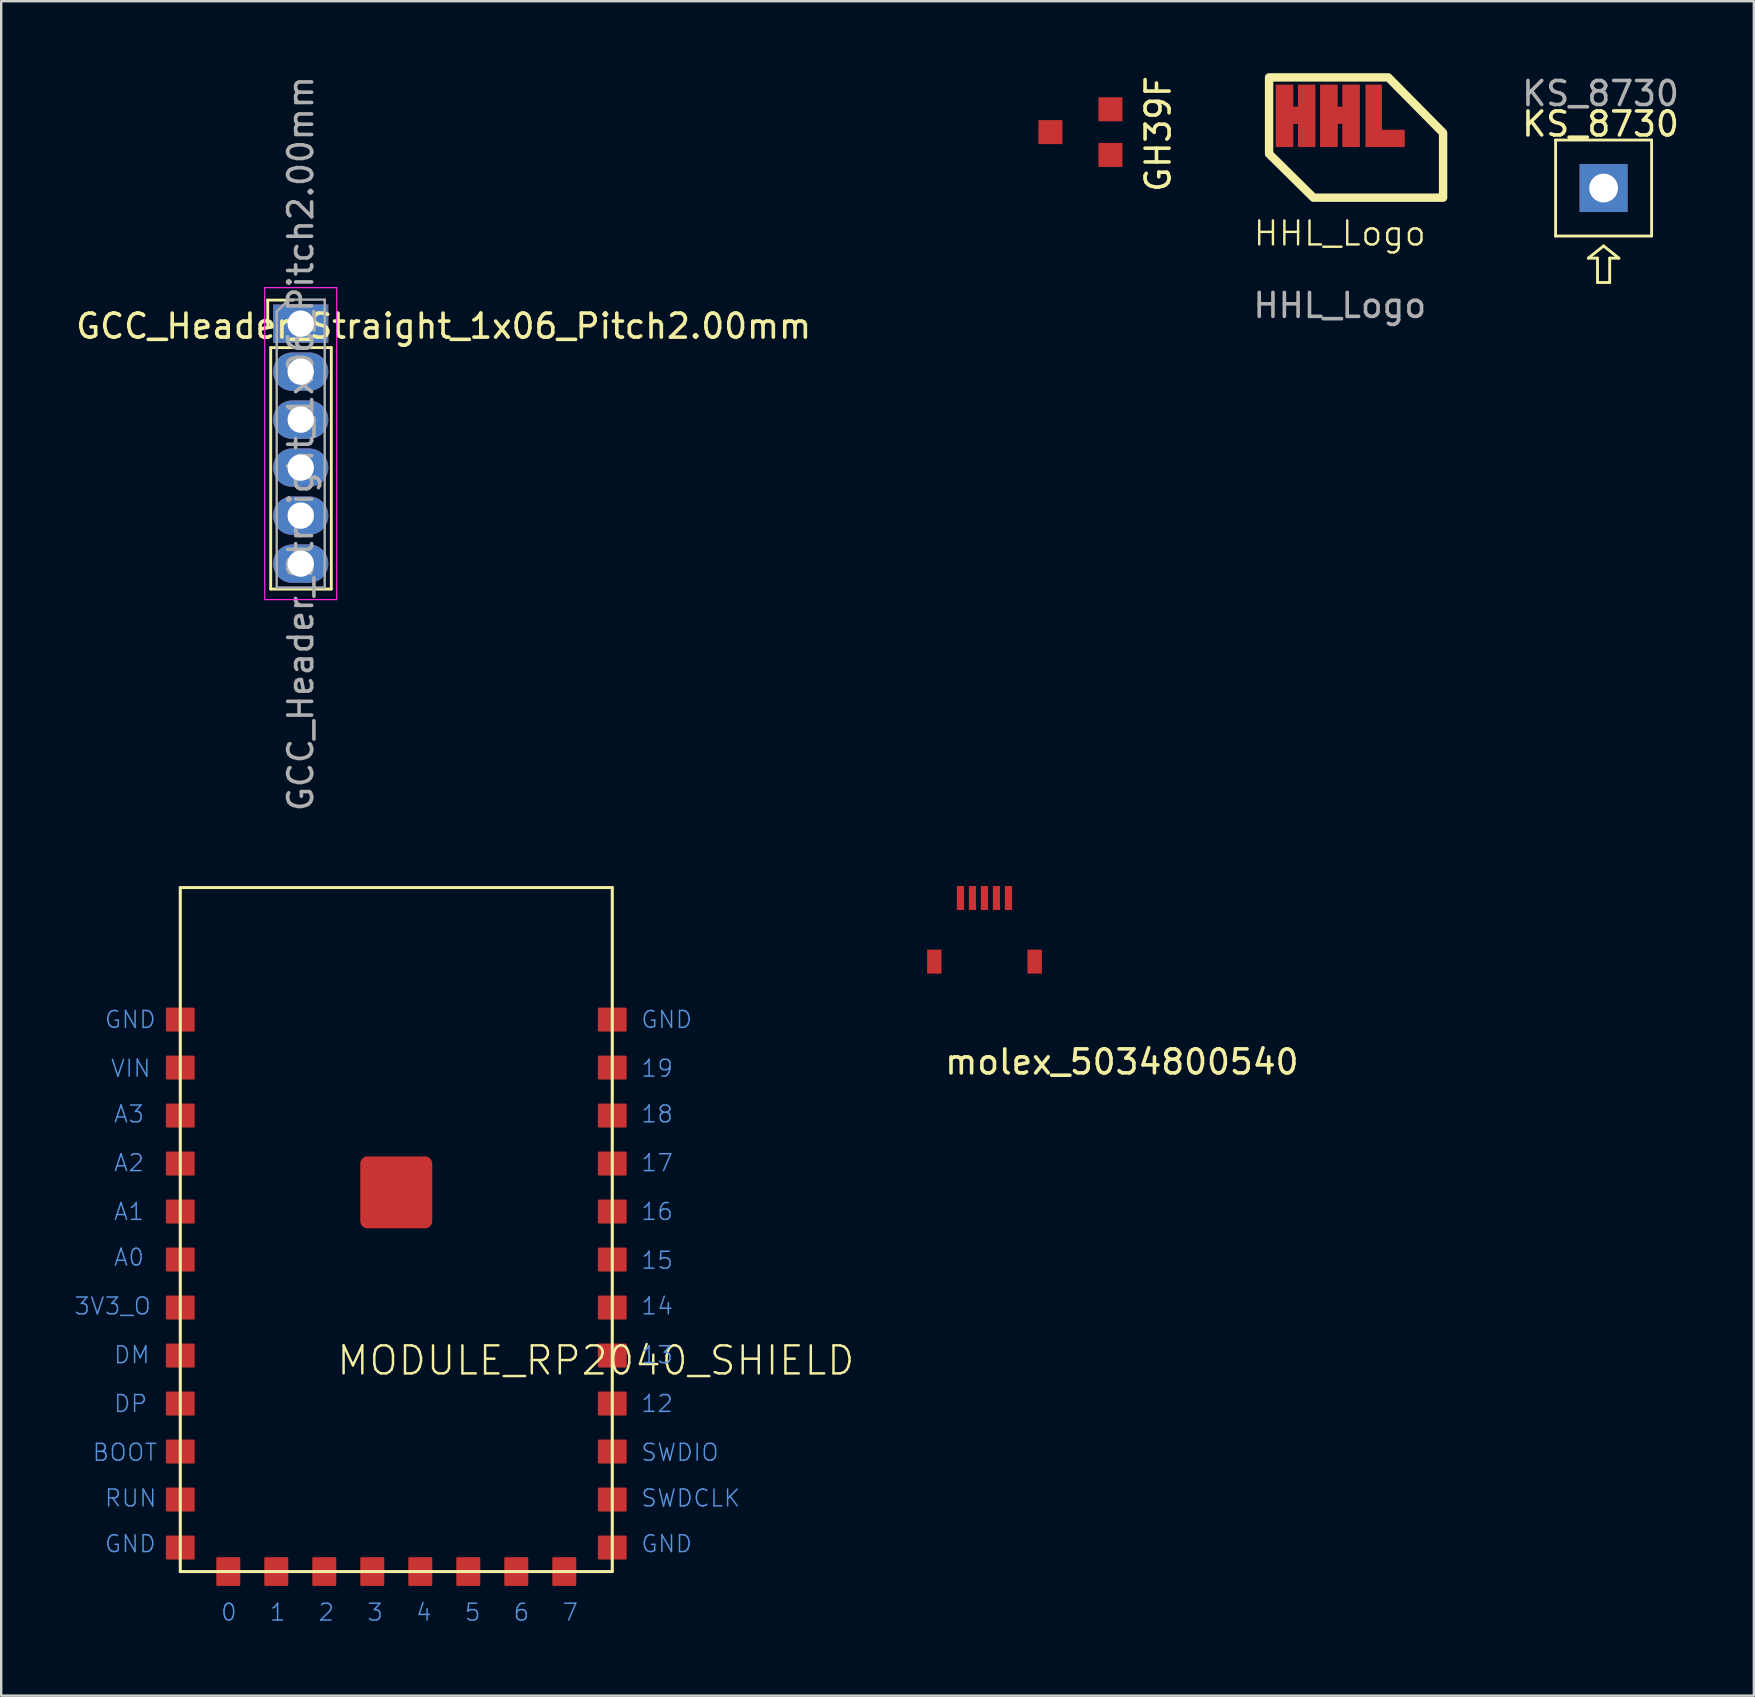
<source format=kicad_pcb>
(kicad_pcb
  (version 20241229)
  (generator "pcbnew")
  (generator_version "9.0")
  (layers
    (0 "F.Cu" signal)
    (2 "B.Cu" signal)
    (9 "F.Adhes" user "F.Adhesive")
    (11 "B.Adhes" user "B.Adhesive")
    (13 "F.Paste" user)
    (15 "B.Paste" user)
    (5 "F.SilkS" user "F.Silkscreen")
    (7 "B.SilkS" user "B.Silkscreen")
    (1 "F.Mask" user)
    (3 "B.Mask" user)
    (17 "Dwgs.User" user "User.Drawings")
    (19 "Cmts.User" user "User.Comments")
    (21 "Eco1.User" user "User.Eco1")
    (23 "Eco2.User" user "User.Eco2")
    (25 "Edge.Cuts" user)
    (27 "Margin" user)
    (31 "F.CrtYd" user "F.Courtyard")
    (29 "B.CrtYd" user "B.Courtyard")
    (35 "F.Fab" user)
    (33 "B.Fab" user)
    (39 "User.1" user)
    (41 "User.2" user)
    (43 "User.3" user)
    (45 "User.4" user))
  (footprint "molex_5034800540"
    (layer "F.Cu")
    (at 37.971 35.969)
    (property "Reference" "molex_5034800540" (at 5.725 5.231 0) (layer "F.SilkS") (effects (font (size 1 1) (thickness 0.15))))
    (attr smd allow_soldermask_bridges)
    (pad "" smd rect (at -2.09 1.05 90) (size 1 0.6) (layers "F.Cu" "F.Mask" "F.Paste"))
    (pad "" smd rect (at 2.09 1.05 90) (size 1 0.6) (layers "F.Cu" "F.Mask" "F.Paste"))
    (pad "1" smd rect (at -1 -1.6 90) (size 1 0.3) (layers "F.Cu" "F.Mask" "F.Paste"))
    (pad "2" smd rect (at -0.5 -1.6 90) (size 1 0.3) (layers "F.Cu" "F.Mask" "F.Paste"))
    (pad "3" smd rect (at 0 -1.6 90) (size 1 0.3) (layers "F.Cu" "F.Mask" "F.Paste"))
    (pad "4" smd rect (at 0.5 -1.6 90) (size 1 0.3) (layers "F.Cu" "F.Mask" "F.Paste"))
    (pad "5" smd rect (at 1 -1.6 90) (size 1 0.3) (layers "F.Cu" "F.Mask" "F.Paste")))
  (footprint "HHL_Logo"
    (layer "F.Cu")
    (at 52.776 3.121)
    (property "Reference" "HHL_Logo" (at 0 3.556 0) (unlocked yes) (layer "F.SilkS") (effects (font (size 1 1) (thickness 0.1))))
    (attr smd)
    (fp_poly (pts (xy 1.094 -2.623) (xy 1.094 -0.069) (xy 2.681 -0.069) (xy 2.681 -0.739) (xy 1.727 -0.739) (xy 1.727 -2.623)) (stroke (width 0.05) (type solid)) (fill yes) (layer "F.Cu"))
    (fp_poly (pts (xy -1.039 -2.623) (xy -1.72 -2.623) (xy -1.72 -1.7) (xy -1.962 -1.7) (xy -1.962 -2.623) (xy -2.645 -2.622) (xy -2.645 -0.069) (xy -1.959 -0.069) (xy -1.959 -1.037) (xy -1.72 -1.037) (xy -1.72 -0.069) (xy -1.039 -0.069)) (stroke (width 0.05) (type solid)) (fill yes) (layer "F.Cu"))
    (fp_poly (pts (xy -0.795 -2.622) (xy -0.795 -0.069) (xy -0.109 -0.069) (xy -0.109 -1.037) (xy 0.13 -1.037) (xy 0.13 -0.069) (xy 0.811 -0.069) (xy 0.811 -2.623) (xy 0.13 -2.623) (xy 0.13 -1.7) (xy -0.112 -1.7) (xy -0.112 -2.623)) (stroke (width 0.05) (type solid)) (fill yes) (layer "F.Cu"))
    (fp_poly (pts (xy 1.095 -2.623) (xy 1.095 -0.069) (xy 2.681 -0.069) (xy 2.681 -0.739) (xy 1.727 -0.739) (xy 1.727 -2.623)) (stroke (width 0.025) (type solid)) (fill yes) (layer "F.Mask"))
    (fp_poly (pts (xy -1.039 -2.623) (xy -1.72 -2.623) (xy -1.72 -1.7) (xy -1.962 -1.7) (xy -1.962 -2.623) (xy -2.645 -2.622) (xy -2.645 -0.069) (xy -1.959 -0.069) (xy -1.959 -1.037) (xy -1.72 -1.037) (xy -1.72 -0.069) (xy -1.039 -0.069)) (stroke (width 0.025) (type solid)) (fill yes) (layer "F.Mask"))
    (fp_poly (pts (xy -0.795 -2.622) (xy -0.795 -0.069) (xy -0.109 -0.069) (xy -0.109 -1.037) (xy 0.13 -1.037) (xy 0.13 -0.069) (xy 0.811 -0.069) (xy 0.811 -2.623) (xy 0.13 -2.623) (xy 0.13 -1.7) (xy -0.112 -1.7) (xy -0.112 -2.623)) (stroke (width 0.025) (type solid)) (fill yes) (layer "F.Mask"))
    (fp_poly (pts (xy -2.946 -2.946) (xy -2.946 0.241) (xy -1.096 2.066) (xy 4.304 2.066) (xy 4.304 -0.636) (xy 2.021 -2.946)) (stroke (width 0.35) (type solid)) (fill no) (layer "F.SilkS"))
    (fp_text user "${REFERENCE}" (at 0 6.556 0) (unlocked yes) (layer "F.Fab") (effects (font (size 1 1) (thickness 0.15)))))
  (footprint "GCC_Header_Straight_1x06_Pitch2.00mm"
    (layer "F.Cu")
    (at 9.48 10.435)
    (property "Reference" "GCC_Header_Straight_1x06_Pitch2.00mm" (at 5.955 0.105 0) (layer "F.SilkS") (effects (font (size 1 1) (thickness 0.15))))
    (attr through_hole)
    (fp_line (start -1.375 -0.98) (end -0.315 -0.98) (stroke (width 0.12) (type solid)) (layer "F.SilkS"))
    (fp_line (start -1.375 0.08) (end -1.375 -0.98) (stroke (width 0.12) (type solid)) (layer "F.SilkS"))
    (fp_line (start -1.25 1) (end -1.25 11.06) (stroke (width 0.12) (type solid)) (layer "F.SilkS"))
    (fp_line (start -1.25 1) (end 1.275 1) (stroke (width 0.12) (type solid)) (layer "F.SilkS"))
    (fp_line (start -1.25 11.06) (end 1.275 11.06) (stroke (width 0.12) (type solid)) (layer "F.SilkS"))
    (fp_line (start 1.275 1) (end 1.275 11.06) (stroke (width 0.12) (type solid)) (layer "F.SilkS"))
    (fp_line (start -1.5 -1.5) (end -1.5 11.5) (stroke (width 0.05) (type solid)) (layer "F.CrtYd"))
    (fp_line (start -1.5 11.5) (end 1.5 11.5) (stroke (width 0.05) (type solid)) (layer "F.CrtYd"))
    (fp_line (start 1.5 -1.5) (end -1.5 -1.5) (stroke (width 0.05) (type solid)) (layer "F.CrtYd"))
    (fp_line (start 1.5 11.5) (end 1.5 -1.5) (stroke (width 0.05) (type solid)) (layer "F.CrtYd"))
    (fp_line (start -1 -0.5) (end -0.5 -1) (stroke (width 0.1) (type solid)) (layer "F.Fab"))
    (fp_line (start -1 11) (end -1 -0.5) (stroke (width 0.1) (type solid)) (layer "F.Fab"))
    (fp_line (start -0.5 -1) (end 1 -1) (stroke (width 0.1) (type solid)) (layer "F.Fab"))
    (fp_line (start 1 -1) (end 1 11) (stroke (width 0.1) (type solid)) (layer "F.Fab"))
    (fp_line (start 1 11) (end -1 11) (stroke (width 0.1) (type solid)) (layer "F.Fab"))
    (fp_text user "${REFERENCE}" (at 0 5 270) (layer "F.Fab") (effects (font (size 1 1) (thickness 0.15))))
    (pad "1" thru_hole rect (at 0 0) (size 2.3 1.6) (drill 1.1) (layers "*.Cu" "*.Mask"))
    (pad "2" thru_hole oval (at 0 2) (size 2.3 1.6) (drill 1.1) (layers "*.Cu" "*.Mask"))
    (pad "3" thru_hole oval (at 0 4) (size 2.3 1.6) (drill 1.1) (layers "*.Cu" "*.Mask"))
    (pad "4" thru_hole oval (at 0 6) (size 2.3 1.6) (drill 1.1) (layers "*.Cu" "*.Mask"))
    (pad "5" thru_hole oval (at 0 8) (size 2.3 1.6) (drill 1.1) (layers "*.Cu" "*.Mask"))
    (pad "6" thru_hole oval (at 0 10) (size 2.3 1.6) (drill 1.1) (layers "*.Cu" "*.Mask")))
  (footprint "GH39F"
    (layer "F.Cu")
    (at 34.119 2.455)
    (property "Reference" "GH39F" (at 11.088 0.075 90) (unlocked yes) (layer "F.SilkS") (effects (font (size 1 1) (thickness 0.15))))
    (attr smd)
    (pad "1" smd rect (at 9.1 0.95) (size 1 1) (layers "F.Cu" "F.Mask" "F.Paste"))
    (pad "2" smd rect (at 9.1 -0.95) (size 1 1) (layers "F.Cu" "F.Mask" "F.Paste"))
    (pad "3" smd rect (at 6.6 0) (size 1 1) (layers "F.Cu" "F.Mask" "F.Paste")))
  (footprint "KS_8730"
    (layer "F.Cu")
    (at 63.768 4.785)
    (property "Reference" "KS_8730" (at -0.127 -2.667 0) (unlocked yes) (layer "F.SilkS") (effects (font (size 1 1) (thickness 0.15))))
    (attr through_hole)
    (fp_line (start -2 -2) (end 2 -2) (stroke (width 0.12) (type solid)) (layer "F.SilkS"))
    (fp_line (start -2 2) (end -2 -2) (stroke (width 0.12) (type solid)) (layer "F.SilkS"))
    (fp_line (start -0.635 2.921) (end -0.254 2.921) (stroke (width 0.12) (type solid)) (layer "F.SilkS"))
    (fp_line (start -0.254 3.937) (end -0.254 2.921) (stroke (width 0.12) (type solid)) (layer "F.SilkS"))
    (fp_line (start -0.254 3.937) (end 0.254 3.937) (stroke (width 0.12) (type solid)) (layer "F.SilkS"))
    (fp_line (start 0 2.413) (end -0.635 2.921) (stroke (width 0.12) (type solid)) (layer "F.SilkS"))
    (fp_line (start 0.254 2.921) (end 0.635 2.921) (stroke (width 0.12) (type solid)) (layer "F.SilkS"))
    (fp_line (start 0.254 3.937) (end 0.254 2.921) (stroke (width 0.12) (type solid)) (layer "F.SilkS"))
    (fp_line (start 0.635 2.921) (end 0 2.413) (stroke (width 0.12) (type solid)) (layer "F.SilkS"))
    (fp_line (start 2 -2) (end 2 2) (stroke (width 0.12) (type solid)) (layer "F.SilkS"))
    (fp_line (start 2 2) (end -2 2) (stroke (width 0.12) (type solid)) (layer "F.SilkS"))
    (fp_text user "${REFERENCE}" (at -0.127 -3.937 0) (unlocked yes) (layer "F.Fab") (effects (font (size 1 1) (thickness 0.15))))
    (pad "1" thru_hole rect (at 0 0) (size 2 2) (drill 1.2) (layers "*.Cu" "*.Mask")))
  (footprint "MODULE_RP2040_SHIELD"
    (layer "F.Cu")
    (at 13.462 45.433)
    (property "Reference" "MODULE_RP2040_SHIELD" (at -2.54 8.89 0) (layer "F.SilkS") (effects (font (size 1.168 1.168) (thickness 0.102)) (justify left bottom)))
    (fp_line (start -9 -11.5) (end 9 -11.5) (stroke (width 0.127) (type solid)) (layer "F.SilkS"))
    (fp_line (start -9 17) (end -9 -11.5) (stroke (width 0.127) (type solid)) (layer "F.SilkS"))
    (fp_line (start 9 -11.5) (end 9 17) (stroke (width 0.127) (type solid)) (layer "F.SilkS"))
    (fp_line (start 9 17) (end -9 17) (stroke (width 0.127) (type solid)) (layer "F.SilkS"))
    (fp_text user "17" (at 10.16 0.381 0) (layer "Cmts.User") (effects (font (size 0.701 0.701) (thickness 0.061)) (justify left bottom)))
    (fp_text user "RUN" (at -12.192 14.351 0) (layer "Cmts.User") (effects (font (size 0.701 0.701) (thickness 0.061)) (justify left bottom)))
    (fp_text user "0" (at -6.604 18.288 0) (layer "Cmts.User") (effects (font (size 0.701 0.701) (thickness 0.061)) (justify right top)))
    (fp_text user "DP" (at -11.811 10.414 0) (layer "Cmts.User") (effects (font (size 0.701 0.701) (thickness 0.061)) (justify left bottom)))
    (fp_text user "1" (at -4.572 18.288 0) (layer "Cmts.User") (effects (font (size 0.701 0.701) (thickness 0.061)) (justify right top)))
    (fp_text user "4" (at 1.524 18.288 0) (layer "Cmts.User") (effects (font (size 0.701 0.701) (thickness 0.061)) (justify right top)))
    (fp_text user "VIN" (at -11.938 -3.556 0) (layer "Cmts.User") (effects (font (size 0.701 0.701) (thickness 0.061)) (justify left bottom)))
    (fp_text user "6" (at 5.588 18.288 0) (layer "Cmts.User") (effects (font (size 0.701 0.701) (thickness 0.061)) (justify right top)))
    (fp_text user "3V3_O" (at -13.462 6.35 0) (layer "Cmts.User") (effects (font (size 0.701 0.701) (thickness 0.061)) (justify left bottom)))
    (fp_text user "15" (at 10.16 4.445 0) (layer "Cmts.User") (effects (font (size 0.701 0.701) (thickness 0.061)) (justify left bottom)))
    (fp_text user "GND" (at 10.16 16.256 0) (layer "Cmts.User") (effects (font (size 0.701 0.701) (thickness 0.061)) (justify left bottom)))
    (fp_text user "16" (at 10.16 2.413 0) (layer "Cmts.User") (effects (font (size 0.701 0.701) (thickness 0.061)) (justify left bottom)))
    (fp_text user "14" (at 10.16 6.35 0) (layer "Cmts.User") (effects (font (size 0.701 0.701) (thickness 0.061)) (justify left bottom)))
    (fp_text user "GND" (at -12.192 -5.588 0) (layer "Cmts.User") (effects (font (size 0.701 0.701) (thickness 0.061)) (justify left bottom)))
    (fp_text user "13" (at 10.16 8.382 0) (layer "Cmts.User") (effects (font (size 0.701 0.701) (thickness 0.061)) (justify left bottom)))
    (fp_text user "A3" (at -11.811 -1.651 0) (layer "Cmts.User") (effects (font (size 0.701 0.701) (thickness 0.061)) (justify left bottom)))
    (fp_text user "12" (at 10.16 10.414 0) (layer "Cmts.User") (effects (font (size 0.701 0.701) (thickness 0.061)) (justify left bottom)))
    (fp_text user "19" (at 10.16 -3.556 0) (layer "Cmts.User") (effects (font (size 0.701 0.701) (thickness 0.061)) (justify left bottom)))
    (fp_text user "A1" (at -11.811 2.413 0) (layer "Cmts.User") (effects (font (size 0.701 0.701) (thickness 0.061)) (justify left bottom)))
    (fp_text user "GND" (at -12.192 16.256 0) (layer "Cmts.User") (effects (font (size 0.701 0.701) (thickness 0.061)) (justify left bottom)))
    (fp_text user "SWDIO" (at 10.16 12.446 0) (layer "Cmts.User") (effects (font (size 0.701 0.701) (thickness 0.061)) (justify left bottom)))
    (fp_text user "BOOT" (at -12.7 12.446 0) (layer "Cmts.User") (effects (font (size 0.701 0.701) (thickness 0.061)) (justify left bottom)))
    (fp_text user "A2" (at -11.811 0.381 0) (layer "Cmts.User") (effects (font (size 0.701 0.701) (thickness 0.061)) (justify left bottom)))
    (fp_text user "GND" (at 10.16 -5.588 0) (layer "Cmts.User") (effects (font (size 0.701 0.701) (thickness 0.061)) (justify left bottom)))
    (fp_text user "18" (at 10.16 -1.651 0) (layer "Cmts.User") (effects (font (size 0.701 0.701) (thickness 0.061)) (justify left bottom)))
    (fp_text user "A0" (at -11.811 4.318 0) (layer "Cmts.User") (effects (font (size 0.701 0.701) (thickness 0.061)) (justify left bottom)))
    (fp_text user "5" (at 3.556 18.288 0) (layer "Cmts.User") (effects (font (size 0.701 0.701) (thickness 0.061)) (justify right top)))
    (fp_text user "DM" (at -11.811 8.382 0) (layer "Cmts.User") (effects (font (size 0.701 0.701) (thickness 0.061)) (justify left bottom)))
    (fp_text user "2" (at -2.54 18.288 0) (layer "Cmts.User") (effects (font (size 0.701 0.701) (thickness 0.061)) (justify right top)))
    (fp_text user "SWDCLK" (at 10.16 14.351 0) (layer "Cmts.User") (effects (font (size 0.701 0.701) (thickness 0.061)) (justify left bottom)))
    (fp_text user "3" (at -0.508 18.288 0) (layer "Cmts.User") (effects (font (size 0.701 0.701) (thickness 0.061)) (justify right top)))
    (fp_text user "7" (at 7.62 18.288 0) (layer "Cmts.User") (effects (font (size 0.701 0.701) (thickness 0.061)) (justify right top)))
    (pad "1@1" smd roundrect (at -9 -6 90) (size 1 1.2) (layers "F.Cu" "F.Mask" "F.Paste") (roundrect_rratio 0.05))
    (pad "2@1" smd roundrect (at -9 -4 90) (size 1 1.2) (layers "F.Cu" "F.Mask" "F.Paste") (roundrect_rratio 0.05))
    (pad "3@1" smd roundrect (at -9 -2 90) (size 1 1.2) (layers "F.Cu" "F.Mask" "F.Paste") (roundrect_rratio 0.05))
    (pad "4@1" smd roundrect (at -9 0 90) (size 1 1.2) (layers "F.Cu" "F.Mask" "F.Paste") (roundrect_rratio 0.05))
    (pad "5@1" smd roundrect (at -9 2 90) (size 1 1.2) (layers "F.Cu" "F.Mask" "F.Paste") (roundrect_rratio 0.05))
    (pad "6@1" smd roundrect (at -9 4 90) (size 1 1.2) (layers "F.Cu" "F.Mask" "F.Paste") (roundrect_rratio 0.05))
    (pad "7@1" smd roundrect (at -9 6 90) (size 1 1.2) (layers "F.Cu" "F.Mask" "F.Paste") (roundrect_rratio 0.05))
    (pad "8@1" smd roundrect (at -9 8 90) (size 1 1.2) (layers "F.Cu" "F.Mask" "F.Paste") (roundrect_rratio 0.05))
    (pad "9@1" smd roundrect (at -9 10 90) (size 1 1.2) (layers "F.Cu" "F.Mask" "F.Paste") (roundrect_rratio 0.05))
    (pad "10@1" smd roundrect (at -9 12 90) (size 1 1.2) (layers "F.Cu" "F.Mask" "F.Paste") (roundrect_rratio 0.05))
    (pad "11@1" smd roundrect (at -9 14 90) (size 1 1.2) (layers "F.Cu" "F.Mask" "F.Paste") (roundrect_rratio 0.05))
    (pad "12@1" smd roundrect (at -9 16 90) (size 1 1.2) (layers "F.Cu" "F.Mask" "F.Paste") (roundrect_rratio 0.05))
    (pad "13@1" smd roundrect (at -7 17 180) (size 1 1.2) (layers "F.Cu" "F.Mask" "F.Paste") (roundrect_rratio 0.05))
    (pad "14@1" smd roundrect (at -5 17 180) (size 1 1.2) (layers "F.Cu" "F.Mask" "F.Paste") (roundrect_rratio 0.05))
    (pad "15@1" smd roundrect (at -3 17 180) (size 1 1.2) (layers "F.Cu" "F.Mask" "F.Paste") (roundrect_rratio 0.05))
    (pad "16@1" smd roundrect (at -1 17 180) (size 1 1.2) (layers "F.Cu" "F.Mask" "F.Paste") (roundrect_rratio 0.05))
    (pad "17@1" smd roundrect (at 1 17 180) (size 1 1.2) (layers "F.Cu" "F.Mask" "F.Paste") (roundrect_rratio 0.05))
    (pad "18@1" smd roundrect (at 3 17 180) (size 1 1.2) (layers "F.Cu" "F.Mask" "F.Paste") (roundrect_rratio 0.05))
    (pad "19@1" smd roundrect (at 5 17 180) (size 1 1.2) (layers "F.Cu" "F.Mask" "F.Paste") (roundrect_rratio 0.05))
    (pad "20@1" smd roundrect (at 7 17 180) (size 1 1.2) (layers "F.Cu" "F.Mask" "F.Paste") (roundrect_rratio 0.05))
    (pad "21@1" smd roundrect (at 9 16 270) (size 1 1.2) (layers "F.Cu" "F.Mask" "F.Paste") (roundrect_rratio 0.05))
    (pad "22@1" smd roundrect (at 9 14 270) (size 1 1.2) (layers "F.Cu" "F.Mask" "F.Paste") (roundrect_rratio 0.05))
    (pad "23@1" smd roundrect (at 9 12 270) (size 1 1.2) (layers "F.Cu" "F.Mask" "F.Paste") (roundrect_rratio 0.05))
    (pad "24@1" smd roundrect (at 9 10 270) (size 1 1.2) (layers "F.Cu" "F.Mask" "F.Paste") (roundrect_rratio 0.05))
    (pad "25@1" smd roundrect (at 9 8 270) (size 1 1.2) (layers "F.Cu" "F.Mask" "F.Paste") (roundrect_rratio 0.05))
    (pad "26@1" smd roundrect (at 9 6 270) (size 1 1.2) (layers "F.Cu" "F.Mask" "F.Paste") (roundrect_rratio 0.05))
    (pad "27@1" smd roundrect (at 9 4 270) (size 1 1.2) (layers "F.Cu" "F.Mask" "F.Paste") (roundrect_rratio 0.05))
    (pad "28@1" smd roundrect (at 9 2 270) (size 1 1.2) (layers "F.Cu" "F.Mask" "F.Paste") (roundrect_rratio 0.05))
    (pad "29@1" smd roundrect (at 9 0 270) (size 1 1.2) (layers "F.Cu" "F.Mask" "F.Paste") (roundrect_rratio 0.05))
    (pad "30@1" smd roundrect (at 9 -2 270) (size 1 1.2) (layers "F.Cu" "F.Mask" "F.Paste") (roundrect_rratio 0.05))
    (pad "31@1" smd roundrect (at 9 -4 270) (size 1 1.2) (layers "F.Cu" "F.Mask" "F.Paste") (roundrect_rratio 0.05))
    (pad "32@1" smd roundrect (at 9 -6 270) (size 1 1.2) (layers "F.Cu" "F.Mask" "F.Paste") (roundrect_rratio 0.05))
    (pad "33" smd roundrect (at 0 1.2) (size 3 3) (layers "F.Cu" "F.Mask" "F.Paste") (roundrect_rratio 0.1)))
  (gr_rect
    (start -3 -3)
    (end 70.028 67.604)
    (stroke (width 0.1) (type default))
    (fill no)
    (layer "Edge.Cuts")))
</source>
